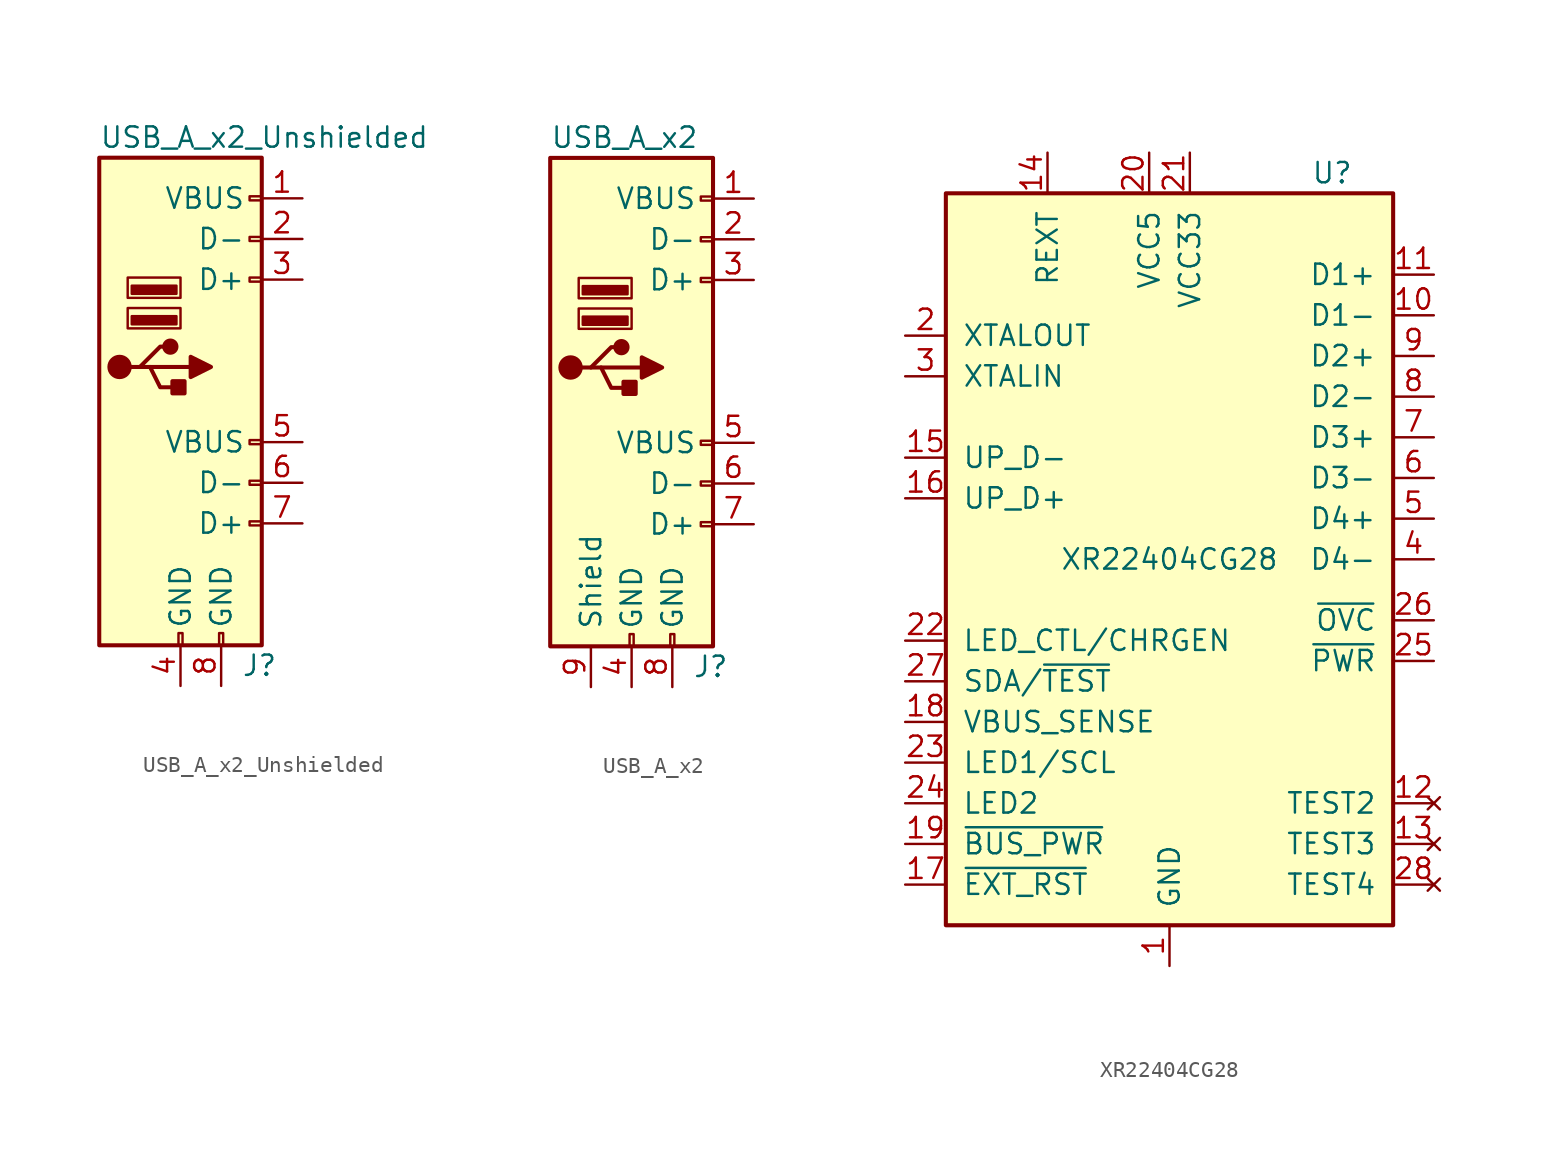
<source format=kicad_sym>
(kicad_symbol_lib
  (version 20211014)
  (generator kicad_symbol_editor)
  (symbol "USB_A_x2_Unshielded"
    (pin_names
      (offset 1.016))
    (property "Reference" "J"
      (at 3.81 -8.89 0)
      (effects (font (size 1.27 1.27)) (justify left)))
    (property "Value" "USB_A_x2_Unshielded"
      (at -5.08 24.13 0)
      (effects (font (size 1.27 1.27)) (justify left)))
    (symbol "USB_A_x2_Unshielded_0_1"
      (rectangle (start -5.08 -7.62) (end 5.08 22.86) (stroke (width 0.254) (type default) (color 0 0 0 0)) (fill (type background)))
      (circle (center -3.81 9.779) (radius 0.635) (stroke (width 0.254) (type default) (color 0 0 0 0)) (fill (type outline)))
      (circle (center -0.635 11.049) (radius 0.381) (stroke (width 0.254) (type default) (color 0 0 0 0)) (fill (type outline)))
      (rectangle (start -0.254 12.446) (end -3.048 12.954) (stroke (width 0) (type default) (color 0 0 0 0)) (fill (type outline)))
      (rectangle (start -0.254 14.351) (end -3.048 14.859) (stroke (width 0) (type default) (color 0 0 0 0)) (fill (type outline)))
      (rectangle (start -0.127 -7.62) (end 0.127 -6.858) (stroke (width 0) (type default) (color 0 0 0 0)) (fill (type none)))
      (polyline (pts (xy -3.175 9.779) (xy -2.54 9.779) (xy -1.27 11.049) (xy -0.635 11.049)) (stroke (width 0.254) (type default) (color 0 0 0 0)) (fill (type none)))
      (polyline (pts (xy -2.54 9.779) (xy -1.905 9.779) (xy -1.27 8.509) (xy 0 8.509)) (stroke (width 0.254) (type default) (color 0 0 0 0)) (fill (type none)))
      (polyline (pts (xy 0.635 10.414) (xy 0.635 9.144) (xy 1.905 9.779) (xy 0.635 10.414)) (stroke (width 0.254) (type default) (color 0 0 0 0)) (fill (type outline)))
      (rectangle (start 0 12.192) (end -3.302 13.462) (stroke (width 0) (type default) (color 0 0 0 0)) (fill (type none)))
      (rectangle (start 0 14.097) (end -3.302 15.367) (stroke (width 0) (type default) (color 0 0 0 0)) (fill (type none)))
      (rectangle (start 0.254 8.89) (end -0.508 8.128) (stroke (width 0.254) (type default) (color 0 0 0 0)) (fill (type outline)))
      (rectangle (start 2.413 -7.62) (end 2.667 -6.858) (stroke (width 0) (type default) (color 0 0 0 0)) (fill (type none)))
      (rectangle (start 5.08 -0.127) (end 4.318 0.127) (stroke (width 0) (type default) (color 0 0 0 0)) (fill (type none)))
      (rectangle (start 5.08 2.413) (end 4.318 2.667) (stroke (width 0) (type default) (color 0 0 0 0)) (fill (type none)))
      (rectangle (start 5.08 4.953) (end 4.318 5.207) (stroke (width 0) (type default) (color 0 0 0 0)) (fill (type none)))
      (rectangle (start 5.08 15.113) (end 4.318 15.367) (stroke (width 0) (type default) (color 0 0 0 0)) (fill (type none)))
      (rectangle (start 5.08 17.653) (end 4.318 17.907) (stroke (width 0) (type default) (color 0 0 0 0)) (fill (type none)))
      (rectangle (start 5.08 20.193) (end 4.318 20.447) (stroke (width 0) (type default) (color 0 0 0 0)) (fill (type none))))
    (symbol "USB_A_x2_Unshielded_1_1"
      (polyline (pts (xy -1.905 9.779) (xy 0.635 9.779)) (stroke (width 0.254) (type default) (color 0 0 0 0)) (fill (type none)))
      (pin power_in line (at 7.62 20.32 180) (length 2.54) (name "VBUS" (effects (font (size 1.27 1.27)))) (number "1" (effects (font (size 1.27 1.27)))))
      (pin passive line (at 7.62 17.78 180) (length 2.54) (name "D-" (effects (font (size 1.27 1.27)))) (number "2" (effects (font (size 1.27 1.27)))))
      (pin passive line (at 7.62 15.24 180) (length 2.54) (name "D+" (effects (font (size 1.27 1.27)))) (number "3" (effects (font (size 1.27 1.27)))))
      (pin power_in line (at 0 -10.16 90) (length 2.54) (name "GND" (effects (font (size 1.27 1.27)))) (number "4" (effects (font (size 1.27 1.27)))))
      (pin power_in line (at 7.62 5.08 180) (length 2.54) (name "VBUS" (effects (font (size 1.27 1.27)))) (number "5" (effects (font (size 1.27 1.27)))))
      (pin passive line (at 7.62 2.54 180) (length 2.54) (name "D-" (effects (font (size 1.27 1.27)))) (number "6" (effects (font (size 1.27 1.27)))))
      (pin passive line (at 7.62 0 180) (length 2.54) (name "D+" (effects (font (size 1.27 1.27)))) (number "7" (effects (font (size 1.27 1.27)))))
      (pin power_in line (at 2.54 -10.16 90) (length 2.54) (name "GND" (effects (font (size 1.27 1.27)))) (number "8" (effects (font (size 1.27 1.27)))))))
  (symbol "USB_A_x2"
    (pin_names
      (offset 1.016))
    (property "Reference" "J"
      (at 3.81 -8.89 0)
      (effects (font (size 1.27 1.27)) (justify left)))
    (property "Value" "USB_A_x2"
      (at -5.08 24.13 0)
      (effects (font (size 1.27 1.27)) (justify left)))
    (symbol "USB_A_x2_0_1"
      (rectangle (start -5.08 -7.62) (end 5.08 22.86) (stroke (width 0.254) (type default) (color 0 0 0 0)) (fill (type background)))
      (circle (center -3.81 9.779) (radius 0.635) (stroke (width 0.254) (type default) (color 0 0 0 0)) (fill (type outline)))
      (circle (center -0.635 11.049) (radius 0.381) (stroke (width 0.254) (type default) (color 0 0 0 0)) (fill (type outline)))
      (rectangle (start -0.254 12.446) (end -3.048 12.954) (stroke (width 0) (type default) (color 0 0 0 0)) (fill (type outline)))
      (rectangle (start -0.254 14.351) (end -3.048 14.859) (stroke (width 0) (type default) (color 0 0 0 0)) (fill (type outline)))
      (rectangle (start -0.127 -7.62) (end 0.127 -6.858) (stroke (width 0) (type default) (color 0 0 0 0)) (fill (type none)))
      (polyline (pts (xy -3.175 9.779) (xy -2.54 9.779) (xy -1.27 11.049) (xy -0.635 11.049)) (stroke (width 0.254) (type default) (color 0 0 0 0)) (fill (type none)))
      (polyline (pts (xy -2.54 9.779) (xy -1.905 9.779) (xy -1.27 8.509) (xy 0 8.509)) (stroke (width 0.254) (type default) (color 0 0 0 0)) (fill (type none)))
      (polyline (pts (xy 0.635 10.414) (xy 0.635 9.144) (xy 1.905 9.779) (xy 0.635 10.414)) (stroke (width 0.254) (type default) (color 0 0 0 0)) (fill (type outline)))
      (rectangle (start 0 12.192) (end -3.302 13.462) (stroke (width 0) (type default) (color 0 0 0 0)) (fill (type none)))
      (rectangle (start 0 14.097) (end -3.302 15.367) (stroke (width 0) (type default) (color 0 0 0 0)) (fill (type none)))
      (rectangle (start 0.254 8.89) (end -0.508 8.128) (stroke (width 0.254) (type default) (color 0 0 0 0)) (fill (type outline)))
      (rectangle (start 2.413 -7.62) (end 2.667 -6.858) (stroke (width 0) (type default) (color 0 0 0 0)) (fill (type none)))
      (rectangle (start 5.08 -0.127) (end 4.318 0.127) (stroke (width 0) (type default) (color 0 0 0 0)) (fill (type none)))
      (rectangle (start 5.08 2.413) (end 4.318 2.667) (stroke (width 0) (type default) (color 0 0 0 0)) (fill (type none)))
      (rectangle (start 5.08 4.953) (end 4.318 5.207) (stroke (width 0) (type default) (color 0 0 0 0)) (fill (type none)))
      (rectangle (start 5.08 15.113) (end 4.318 15.367) (stroke (width 0) (type default) (color 0 0 0 0)) (fill (type none)))
      (rectangle (start 5.08 17.653) (end 4.318 17.907) (stroke (width 0) (type default) (color 0 0 0 0)) (fill (type none)))
      (rectangle (start 5.08 20.193) (end 4.318 20.447) (stroke (width 0) (type default) (color 0 0 0 0)) (fill (type none))))
    (symbol "USB_A_x2_1_1"
      (polyline (pts (xy -1.905 9.779) (xy 0.635 9.779)) (stroke (width 0.254) (type default) (color 0 0 0 0)) (fill (type none)))
      (pin power_in line (at 7.62 20.32 180) (length 2.54) (name "VBUS" (effects (font (size 1.27 1.27)))) (number "1" (effects (font (size 1.27 1.27)))))
      (pin passive line (at 7.62 17.78 180) (length 2.54) (name "D-" (effects (font (size 1.27 1.27)))) (number "2" (effects (font (size 1.27 1.27)))))
      (pin passive line (at 7.62 15.24 180) (length 2.54) (name "D+" (effects (font (size 1.27 1.27)))) (number "3" (effects (font (size 1.27 1.27)))))
      (pin power_in line (at 0 -10.16 90) (length 2.54) (name "GND" (effects (font (size 1.27 1.27)))) (number "4" (effects (font (size 1.27 1.27)))))
      (pin power_in line (at 7.62 5.08 180) (length 2.54) (name "VBUS" (effects (font (size 1.27 1.27)))) (number "5" (effects (font (size 1.27 1.27)))))
      (pin passive line (at 7.62 2.54 180) (length 2.54) (name "D-" (effects (font (size 1.27 1.27)))) (number "6" (effects (font (size 1.27 1.27)))))
      (pin passive line (at 7.62 0 180) (length 2.54) (name "D+" (effects (font (size 1.27 1.27)))) (number "7" (effects (font (size 1.27 1.27)))))
      (pin power_in line (at 2.54 -10.16 90) (length 2.54) (name "GND" (effects (font (size 1.27 1.27)))) (number "8" (effects (font (size 1.27 1.27)))))
      (pin passive line (at -2.54 -10.16 90) (length 2.54) (name "Shield" (effects (font (size 1.27 1.27)))) (number "9" (effects (font (size 1.27 1.27)))))))
  (symbol "XR22404CG28"
    (pin_names
      (offset 1.016))
    (property "Reference" "U"
      (at 10.16 24.13 0)
      (effects (font (size 1.27 1.27))))
    (property "Value" "XR22404CG28"
      (at 0 0 0)
      (effects (font (size 1.27 1.27))))
    (symbol "XR22404CG28_0_0"
      (pin power_in line (at 0 -25.4 90) (length 2.54) (name "GND" (effects (font (size 1.27 1.27)))) (number "1" (effects (font (size 1.27 1.27)))))
      (pin bidirectional line (at 16.51 15.24 180) (length 2.54) (name "D1-" (effects (font (size 1.27 1.27)))) (number "10" (effects (font (size 1.27 1.27)))))
      (pin bidirectional line (at 16.51 17.78 180) (length 2.54) (name "D1+" (effects (font (size 1.27 1.27)))) (number "11" (effects (font (size 1.27 1.27)))))
      (pin no_connect line (at 16.51 -15.24 180) (length 2.54) (name "TEST2" (effects (font (size 1.27 1.27)))) (number "12" (effects (font (size 1.27 1.27)))))
      (pin no_connect line (at 16.51 -17.78 180) (length 2.54) (name "TEST3" (effects (font (size 1.27 1.27)))) (number "13" (effects (font (size 1.27 1.27)))))
      (pin input line (at -7.62 25.4 270) (length 2.54) (name "REXT" (effects (font (size 1.27 1.27)))) (number "14" (effects (font (size 1.27 1.27)))))
      (pin bidirectional line (at -16.51 6.35 0) (length 2.54) (name "UP_D-" (effects (font (size 1.27 1.27)))) (number "15" (effects (font (size 1.27 1.27)))))
      (pin bidirectional line (at -16.51 3.81 0) (length 2.54) (name "UP_D+" (effects (font (size 1.27 1.27)))) (number "16" (effects (font (size 1.27 1.27)))))
      (pin input line (at -16.51 -20.32 0) (length 2.54) (name "~{EXT_RST}" (effects (font (size 1.27 1.27)))) (number "17" (effects (font (size 1.27 1.27)))))
      (pin input line (at -16.51 -10.16 0) (length 2.54) (name "VBUS_SENSE" (effects (font (size 1.27 1.27)))) (number "18" (effects (font (size 1.27 1.27)))))
      (pin input line (at -16.51 -17.78 0) (length 2.54) (name "~{BUS_PWR}" (effects (font (size 1.27 1.27)))) (number "19" (effects (font (size 1.27 1.27)))))
      (pin output line (at -16.51 13.97 0) (length 2.54) (name "XTALOUT" (effects (font (size 1.27 1.27)))) (number "2" (effects (font (size 1.27 1.27)))))
      (pin power_in line (at -1.27 25.4 270) (length 2.54) (name "VCC5" (effects (font (size 1.27 1.27)))) (number "20" (effects (font (size 1.27 1.27)))))
      (pin power_in line (at 1.27 25.4 270) (length 2.54) (name "VCC33" (effects (font (size 1.27 1.27)))) (number "21" (effects (font (size 1.27 1.27)))))
      (pin bidirectional line (at -16.51 -5.08 0) (length 2.54) (name "LED_CTL/CHRGEN" (effects (font (size 1.27 1.27)))) (number "22" (effects (font (size 1.27 1.27)))))
      (pin bidirectional line (at -16.51 -12.7 0) (length 2.54) (name "LED1/SCL" (effects (font (size 1.27 1.27)))) (number "23" (effects (font (size 1.27 1.27)))))
      (pin bidirectional line (at -16.51 -15.24 0) (length 2.54) (name "LED2" (effects (font (size 1.27 1.27)))) (number "24" (effects (font (size 1.27 1.27)))))
      (pin output line (at 16.51 -6.35 180) (length 2.54) (name "~{PWR}" (effects (font (size 1.27 1.27)))) (number "25" (effects (font (size 1.27 1.27)))))
      (pin input line (at 16.51 -3.81 180) (length 2.54) (name "~{OVC}" (effects (font (size 1.27 1.27)))) (number "26" (effects (font (size 1.27 1.27)))))
      (pin input line (at -16.51 -7.62 0) (length 2.54) (name "SDA/~{TEST}" (effects (font (size 1.27 1.27)))) (number "27" (effects (font (size 1.27 1.27)))))
      (pin no_connect line (at 16.51 -20.32 180) (length 2.54) (name "TEST4" (effects (font (size 1.27 1.27)))) (number "28" (effects (font (size 1.27 1.27)))))
      (pin input line (at -16.51 11.43 0) (length 2.54) (name "XTALIN" (effects (font (size 1.27 1.27)))) (number "3" (effects (font (size 1.27 1.27)))))
      (pin bidirectional line (at 16.51 0 180) (length 2.54) (name "D4-" (effects (font (size 1.27 1.27)))) (number "4" (effects (font (size 1.27 1.27)))))
      (pin bidirectional line (at 16.51 2.54 180) (length 2.54) (name "D4+" (effects (font (size 1.27 1.27)))) (number "5" (effects (font (size 1.27 1.27)))))
      (pin bidirectional line (at 16.51 5.08 180) (length 2.54) (name "D3-" (effects (font (size 1.27 1.27)))) (number "6" (effects (font (size 1.27 1.27)))))
      (pin bidirectional line (at 16.51 7.62 180) (length 2.54) (name "D3+" (effects (font (size 1.27 1.27)))) (number "7" (effects (font (size 1.27 1.27)))))
      (pin bidirectional line (at 16.51 10.16 180) (length 2.54) (name "D2-" (effects (font (size 1.27 1.27)))) (number "8" (effects (font (size 1.27 1.27)))))
      (pin bidirectional line (at 16.51 12.7 180) (length 2.54) (name "D2+" (effects (font (size 1.27 1.27)))) (number "9" (effects (font (size 1.27 1.27))))))
    (symbol "XR22404CG28_0_1"
      (polyline (pts (xy -1.27 22.86) (xy -13.97 22.86) (xy -13.97 -22.86) (xy 13.97 -22.86) (xy 13.97 22.86) (xy -1.27 22.86)) (stroke (width 0.254) (type default) (color 0 0 0 0)) (fill (type background))))))
</source>
